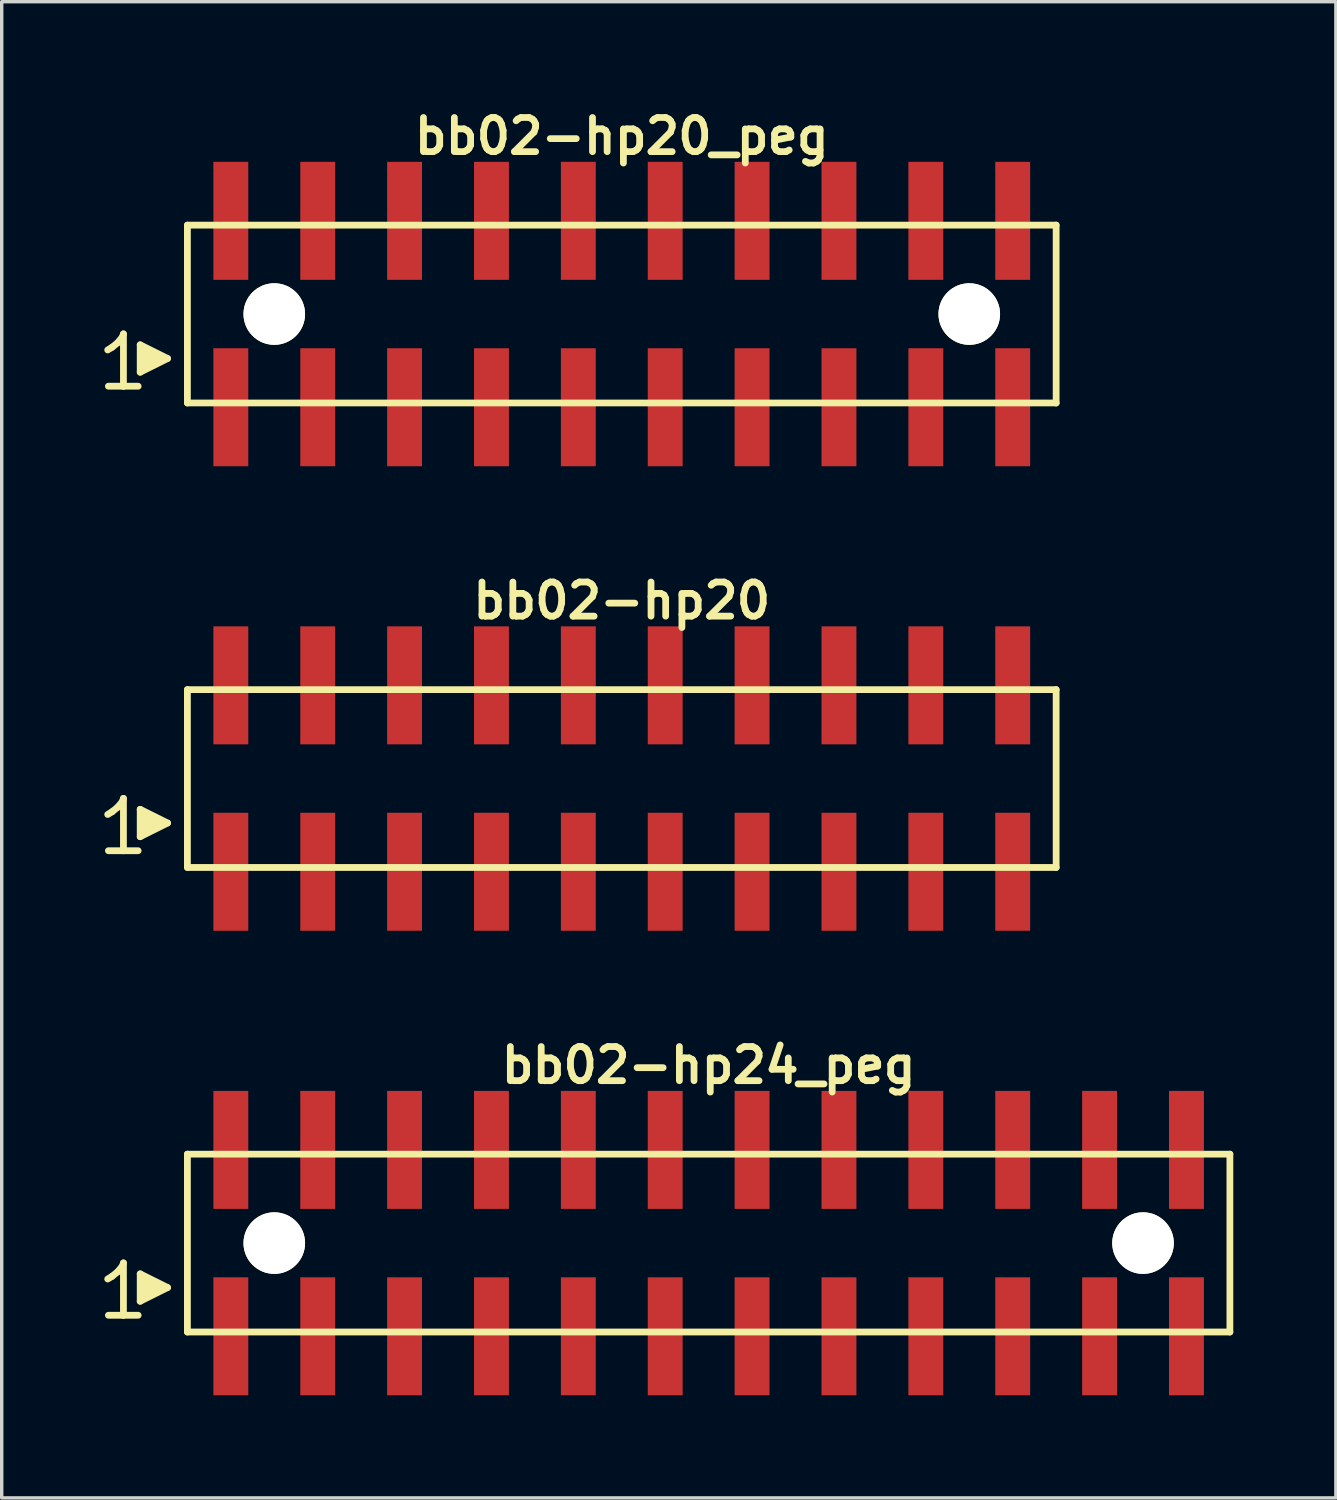
<source format=kicad_pcb>
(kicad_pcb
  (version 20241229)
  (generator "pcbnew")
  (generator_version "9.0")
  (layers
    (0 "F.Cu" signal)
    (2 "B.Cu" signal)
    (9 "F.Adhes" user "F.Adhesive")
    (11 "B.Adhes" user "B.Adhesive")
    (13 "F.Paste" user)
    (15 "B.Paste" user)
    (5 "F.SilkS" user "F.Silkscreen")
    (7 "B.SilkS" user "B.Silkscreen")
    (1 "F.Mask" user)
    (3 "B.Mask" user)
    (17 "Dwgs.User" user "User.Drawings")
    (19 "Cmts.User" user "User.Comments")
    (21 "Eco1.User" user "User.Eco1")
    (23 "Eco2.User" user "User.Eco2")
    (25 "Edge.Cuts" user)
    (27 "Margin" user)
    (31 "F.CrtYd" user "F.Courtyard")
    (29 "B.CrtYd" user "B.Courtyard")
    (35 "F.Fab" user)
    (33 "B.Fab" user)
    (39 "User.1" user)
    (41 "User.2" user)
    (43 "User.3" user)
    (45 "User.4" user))
  (footprint "bb02-hp24_peg"
    (layer "F.Cu")
    (at 17.669 33.295)
    (property "Reference" "bb02-hp24_peg" (at 0 -5.2 0) (layer "F.SilkS") (effects (font (size 0.998 0.998) (thickness 0.198))))
    (attr through_hole)
    (fp_line (start -17.57 1.05) (end -17.44 0.97) (stroke (width 0.198) (type solid)) (layer "F.SilkS"))
    (fp_line (start -17.44 0.97) (end -17.28 0.84) (stroke (width 0.198) (type solid)) (layer "F.SilkS"))
    (fp_line (start -17.28 0.84) (end -17.14 0.67) (stroke (width 0.198) (type solid)) (layer "F.SilkS"))
    (fp_line (start -17.14 0.67) (end -17.11 0.58) (stroke (width 0.198) (type solid)) (layer "F.SilkS"))
    (fp_line (start -17.11 0.58) (end -17.11 2.11) (stroke (width 0.198) (type solid)) (layer "F.SilkS"))
    (fp_line (start -17.11 2.11) (end -17.55 2.11) (stroke (width 0.198) (type solid)) (layer "F.SilkS"))
    (fp_line (start -16.68 2.11) (end -17.12 2.11) (stroke (width 0.198) (type solid)) (layer "F.SilkS"))
    (fp_line (start -16.62 0.9) (end -15.82 1.3) (stroke (width 0.198) (type solid)) (layer "F.SilkS"))
    (fp_line (start -16.62 1.7) (end -16.62 0.9) (stroke (width 0.198) (type solid)) (layer "F.SilkS"))
    (fp_line (start -16.52 1.6) (end -16.52 1) (stroke (width 0.198) (type solid)) (layer "F.SilkS"))
    (fp_line (start -16.42 1.1) (end -16.42 1.5) (stroke (width 0.198) (type solid)) (layer "F.SilkS"))
    (fp_line (start -16.32 1.5) (end -16.32 1.1) (stroke (width 0.198) (type solid)) (layer "F.SilkS"))
    (fp_line (start -16.22 1.2) (end -16.22 1.4) (stroke (width 0.198) (type solid)) (layer "F.SilkS"))
    (fp_line (start -16.12 1.4) (end -16.12 1.2) (stroke (width 0.198) (type solid)) (layer "F.SilkS"))
    (fp_line (start -15.82 1.3) (end -16.62 1.7) (stroke (width 0.198) (type solid)) (layer "F.SilkS"))
    (fp_line (start -15.24 -2.6) (end -15.24 2.6) (stroke (width 0.198) (type solid)) (layer "F.SilkS"))
    (fp_line (start -15.24 -2.6) (end 15.24 -2.6) (stroke (width 0.198) (type solid)) (layer "F.SilkS"))
    (fp_line (start 15.24 2.6) (end -15.24 2.6) (stroke (width 0.198) (type solid)) (layer "F.SilkS"))
    (fp_line (start 15.24 2.6) (end 15.24 -2.6) (stroke (width 0.198) (type solid)) (layer "F.SilkS"))
    (pad "" np_thru_hole circle (at -12.7 0) (size 1.8 1.8) (drill 1.8) (layers "*.Cu" "*.Mask" "F.SilkS"))
    (pad "" np_thru_hole circle (at 12.7 0) (size 1.8 1.8) (drill 1.8) (layers "*.Cu" "*.Mask" "F.SilkS"))
    (pad "1" smd rect (at -13.97 2.725) (size 1.02 3.45) (layers "F.Cu" "F.Mask" "F.Paste"))
    (pad "2" smd rect (at -13.97 -2.725) (size 1.02 3.45) (layers "F.Cu" "F.Mask" "F.Paste"))
    (pad "3" smd rect (at -11.43 2.725) (size 1.02 3.45) (layers "F.Cu" "F.Mask" "F.Paste"))
    (pad "4" smd rect (at -11.43 -2.725) (size 1.02 3.45) (layers "F.Cu" "F.Mask" "F.Paste"))
    (pad "5" smd rect (at -8.89 2.725) (size 1.02 3.45) (layers "F.Cu" "F.Mask" "F.Paste"))
    (pad "6" smd rect (at -8.89 -2.725) (size 1.02 3.45) (layers "F.Cu" "F.Mask" "F.Paste"))
    (pad "7" smd rect (at -6.35 2.725) (size 1.02 3.45) (layers "F.Cu" "F.Mask" "F.Paste"))
    (pad "8" smd rect (at -6.35 -2.725) (size 1.02 3.45) (layers "F.Cu" "F.Mask" "F.Paste"))
    (pad "9" smd rect (at -3.81 2.725) (size 1.02 3.45) (layers "F.Cu" "F.Mask" "F.Paste"))
    (pad "10" smd rect (at -3.81 -2.725) (size 1.02 3.45) (layers "F.Cu" "F.Mask" "F.Paste"))
    (pad "11" smd rect (at -1.27 2.725) (size 1.02 3.45) (layers "F.Cu" "F.Mask" "F.Paste"))
    (pad "12" smd rect (at -1.27 -2.725) (size 1.02 3.45) (layers "F.Cu" "F.Mask" "F.Paste"))
    (pad "13" smd rect (at 1.27 2.725) (size 1.02 3.45) (layers "F.Cu" "F.Mask" "F.Paste"))
    (pad "14" smd rect (at 1.27 -2.725) (size 1.02 3.45) (layers "F.Cu" "F.Mask" "F.Paste"))
    (pad "15" smd rect (at 3.81 2.725) (size 1.02 3.45) (layers "F.Cu" "F.Mask" "F.Paste"))
    (pad "16" smd rect (at 3.81 -2.725) (size 1.02 3.45) (layers "F.Cu" "F.Mask" "F.Paste"))
    (pad "17" smd rect (at 6.35 2.725) (size 1.02 3.45) (layers "F.Cu" "F.Mask" "F.Paste"))
    (pad "18" smd rect (at 6.35 -2.725) (size 1.02 3.45) (layers "F.Cu" "F.Mask" "F.Paste"))
    (pad "19" smd rect (at 8.89 2.725) (size 1.02 3.45) (layers "F.Cu" "F.Mask" "F.Paste"))
    (pad "20" smd rect (at 8.89 -2.725) (size 1.02 3.45) (layers "F.Cu" "F.Mask" "F.Paste"))
    (pad "21" smd rect (at 11.43 2.725) (size 1.02 3.45) (layers "F.Cu" "F.Mask" "F.Paste"))
    (pad "22" smd rect (at 11.43 -2.725) (size 1.02 3.45) (layers "F.Cu" "F.Mask" "F.Paste"))
    (pad "23" smd rect (at 13.97 2.725) (size 1.02 3.45) (layers "F.Cu" "F.Mask" "F.Paste"))
    (pad "24" smd rect (at 13.97 -2.725) (size 1.02 3.45) (layers "F.Cu" "F.Mask" "F.Paste")))
  (footprint "bb02-hp20_peg"
    (layer "F.Cu")
    (at 15.129 6.132)
    (property "Reference" "bb02-hp20_peg" (at 0 -5.2 0) (layer "F.SilkS") (effects (font (size 0.998 0.998) (thickness 0.198))))
    (attr through_hole)
    (fp_line (start -15.03 1.05) (end -14.9 0.97) (stroke (width 0.198) (type solid)) (layer "F.SilkS"))
    (fp_line (start -14.9 0.97) (end -14.74 0.84) (stroke (width 0.198) (type solid)) (layer "F.SilkS"))
    (fp_line (start -14.74 0.84) (end -14.6 0.67) (stroke (width 0.198) (type solid)) (layer "F.SilkS"))
    (fp_line (start -14.6 0.67) (end -14.57 0.58) (stroke (width 0.198) (type solid)) (layer "F.SilkS"))
    (fp_line (start -14.57 0.58) (end -14.57 2.11) (stroke (width 0.198) (type solid)) (layer "F.SilkS"))
    (fp_line (start -14.57 2.11) (end -15.01 2.11) (stroke (width 0.198) (type solid)) (layer "F.SilkS"))
    (fp_line (start -14.14 2.11) (end -14.58 2.11) (stroke (width 0.198) (type solid)) (layer "F.SilkS"))
    (fp_line (start -14.08 0.9) (end -13.28 1.3) (stroke (width 0.198) (type solid)) (layer "F.SilkS"))
    (fp_line (start -14.08 1.7) (end -14.08 0.9) (stroke (width 0.198) (type solid)) (layer "F.SilkS"))
    (fp_line (start -13.98 1.6) (end -13.98 1) (stroke (width 0.198) (type solid)) (layer "F.SilkS"))
    (fp_line (start -13.88 1.1) (end -13.88 1.5) (stroke (width 0.198) (type solid)) (layer "F.SilkS"))
    (fp_line (start -13.78 1.5) (end -13.78 1.1) (stroke (width 0.198) (type solid)) (layer "F.SilkS"))
    (fp_line (start -13.68 1.2) (end -13.68 1.4) (stroke (width 0.198) (type solid)) (layer "F.SilkS"))
    (fp_line (start -13.58 1.4) (end -13.58 1.2) (stroke (width 0.198) (type solid)) (layer "F.SilkS"))
    (fp_line (start -13.28 1.3) (end -14.08 1.7) (stroke (width 0.198) (type solid)) (layer "F.SilkS"))
    (fp_line (start -12.7 -2.6) (end -12.7 2.6) (stroke (width 0.198) (type solid)) (layer "F.SilkS"))
    (fp_line (start -12.7 -2.6) (end 12.7 -2.6) (stroke (width 0.198) (type solid)) (layer "F.SilkS"))
    (fp_line (start 12.7 2.6) (end -12.7 2.6) (stroke (width 0.198) (type solid)) (layer "F.SilkS"))
    (fp_line (start 12.7 2.6) (end 12.7 -2.6) (stroke (width 0.198) (type solid)) (layer "F.SilkS"))
    (pad "" np_thru_hole circle (at -10.16 0) (size 1.8 1.8) (drill 1.8) (layers "*.Cu" "*.Mask" "F.SilkS"))
    (pad "" np_thru_hole circle (at 10.16 0) (size 1.8 1.8) (drill 1.8) (layers "*.Cu" "*.Mask" "F.SilkS"))
    (pad "1" smd rect (at -11.43 2.725) (size 1.02 3.45) (layers "F.Cu" "F.Mask" "F.Paste"))
    (pad "2" smd rect (at -11.43 -2.725) (size 1.02 3.45) (layers "F.Cu" "F.Mask" "F.Paste"))
    (pad "3" smd rect (at -8.89 2.725) (size 1.02 3.45) (layers "F.Cu" "F.Mask" "F.Paste"))
    (pad "4" smd rect (at -8.89 -2.725) (size 1.02 3.45) (layers "F.Cu" "F.Mask" "F.Paste"))
    (pad "5" smd rect (at -6.35 2.725) (size 1.02 3.45) (layers "F.Cu" "F.Mask" "F.Paste"))
    (pad "6" smd rect (at -6.35 -2.725) (size 1.02 3.45) (layers "F.Cu" "F.Mask" "F.Paste"))
    (pad "7" smd rect (at -3.81 2.725) (size 1.02 3.45) (layers "F.Cu" "F.Mask" "F.Paste"))
    (pad "8" smd rect (at -3.81 -2.725) (size 1.02 3.45) (layers "F.Cu" "F.Mask" "F.Paste"))
    (pad "9" smd rect (at -1.27 2.725) (size 1.02 3.45) (layers "F.Cu" "F.Mask" "F.Paste"))
    (pad "10" smd rect (at -1.27 -2.725) (size 1.02 3.45) (layers "F.Cu" "F.Mask" "F.Paste"))
    (pad "11" smd rect (at 1.27 2.725) (size 1.02 3.45) (layers "F.Cu" "F.Mask" "F.Paste"))
    (pad "12" smd rect (at 1.27 -2.725) (size 1.02 3.45) (layers "F.Cu" "F.Mask" "F.Paste"))
    (pad "13" smd rect (at 3.81 2.725) (size 1.02 3.45) (layers "F.Cu" "F.Mask" "F.Paste"))
    (pad "14" smd rect (at 3.81 -2.725) (size 1.02 3.45) (layers "F.Cu" "F.Mask" "F.Paste"))
    (pad "15" smd rect (at 6.35 2.725) (size 1.02 3.45) (layers "F.Cu" "F.Mask" "F.Paste"))
    (pad "16" smd rect (at 6.35 -2.725) (size 1.02 3.45) (layers "F.Cu" "F.Mask" "F.Paste"))
    (pad "17" smd rect (at 8.89 2.725) (size 1.02 3.45) (layers "F.Cu" "F.Mask" "F.Paste"))
    (pad "18" smd rect (at 8.89 -2.725) (size 1.02 3.45) (layers "F.Cu" "F.Mask" "F.Paste"))
    (pad "19" smd rect (at 11.43 2.725) (size 1.02 3.45) (layers "F.Cu" "F.Mask" "F.Paste"))
    (pad "20" smd rect (at 11.43 -2.725) (size 1.02 3.45) (layers "F.Cu" "F.Mask" "F.Paste")))
  (footprint "bb02-hp20"
    (layer "F.Cu")
    (at 15.129 19.713)
    (property "Reference" "bb02-hp20" (at 0 -5.2 0) (layer "F.SilkS") (effects (font (size 0.998 0.998) (thickness 0.198))))
    (attr through_hole)
    (fp_line (start -15.03 1.05) (end -14.9 0.97) (stroke (width 0.198) (type solid)) (layer "F.SilkS"))
    (fp_line (start -14.9 0.97) (end -14.74 0.84) (stroke (width 0.198) (type solid)) (layer "F.SilkS"))
    (fp_line (start -14.74 0.84) (end -14.6 0.67) (stroke (width 0.198) (type solid)) (layer "F.SilkS"))
    (fp_line (start -14.6 0.67) (end -14.57 0.58) (stroke (width 0.198) (type solid)) (layer "F.SilkS"))
    (fp_line (start -14.57 0.58) (end -14.57 2.11) (stroke (width 0.198) (type solid)) (layer "F.SilkS"))
    (fp_line (start -14.57 2.11) (end -15.01 2.11) (stroke (width 0.198) (type solid)) (layer "F.SilkS"))
    (fp_line (start -14.14 2.11) (end -14.58 2.11) (stroke (width 0.198) (type solid)) (layer "F.SilkS"))
    (fp_line (start -14.08 0.9) (end -13.28 1.3) (stroke (width 0.198) (type solid)) (layer "F.SilkS"))
    (fp_line (start -14.08 1.7) (end -14.08 0.9) (stroke (width 0.198) (type solid)) (layer "F.SilkS"))
    (fp_line (start -13.98 1.6) (end -13.98 1) (stroke (width 0.198) (type solid)) (layer "F.SilkS"))
    (fp_line (start -13.88 1.1) (end -13.88 1.5) (stroke (width 0.198) (type solid)) (layer "F.SilkS"))
    (fp_line (start -13.78 1.5) (end -13.78 1.1) (stroke (width 0.198) (type solid)) (layer "F.SilkS"))
    (fp_line (start -13.68 1.2) (end -13.68 1.4) (stroke (width 0.198) (type solid)) (layer "F.SilkS"))
    (fp_line (start -13.58 1.4) (end -13.58 1.2) (stroke (width 0.198) (type solid)) (layer "F.SilkS"))
    (fp_line (start -13.28 1.3) (end -14.08 1.7) (stroke (width 0.198) (type solid)) (layer "F.SilkS"))
    (fp_line (start -12.7 -2.6) (end -12.7 2.6) (stroke (width 0.198) (type solid)) (layer "F.SilkS"))
    (fp_line (start -12.7 -2.6) (end 12.7 -2.6) (stroke (width 0.198) (type solid)) (layer "F.SilkS"))
    (fp_line (start 12.7 2.6) (end -12.7 2.6) (stroke (width 0.198) (type solid)) (layer "F.SilkS"))
    (fp_line (start 12.7 2.6) (end 12.7 -2.6) (stroke (width 0.198) (type solid)) (layer "F.SilkS"))
    (pad "1" smd rect (at -11.43 2.725) (size 1.02 3.45) (layers "F.Cu" "F.Mask" "F.Paste"))
    (pad "2" smd rect (at -11.43 -2.725) (size 1.02 3.45) (layers "F.Cu" "F.Mask" "F.Paste"))
    (pad "3" smd rect (at -8.89 2.725) (size 1.02 3.45) (layers "F.Cu" "F.Mask" "F.Paste"))
    (pad "4" smd rect (at -8.89 -2.725) (size 1.02 3.45) (layers "F.Cu" "F.Mask" "F.Paste"))
    (pad "5" smd rect (at -6.35 2.725) (size 1.02 3.45) (layers "F.Cu" "F.Mask" "F.Paste"))
    (pad "6" smd rect (at -6.35 -2.725) (size 1.02 3.45) (layers "F.Cu" "F.Mask" "F.Paste"))
    (pad "7" smd rect (at -3.81 2.725) (size 1.02 3.45) (layers "F.Cu" "F.Mask" "F.Paste"))
    (pad "8" smd rect (at -3.81 -2.725) (size 1.02 3.45) (layers "F.Cu" "F.Mask" "F.Paste"))
    (pad "9" smd rect (at -1.27 2.725) (size 1.02 3.45) (layers "F.Cu" "F.Mask" "F.Paste"))
    (pad "10" smd rect (at -1.27 -2.725) (size 1.02 3.45) (layers "F.Cu" "F.Mask" "F.Paste"))
    (pad "11" smd rect (at 1.27 2.725) (size 1.02 3.45) (layers "F.Cu" "F.Mask" "F.Paste"))
    (pad "12" smd rect (at 1.27 -2.725) (size 1.02 3.45) (layers "F.Cu" "F.Mask" "F.Paste"))
    (pad "13" smd rect (at 3.81 2.725) (size 1.02 3.45) (layers "F.Cu" "F.Mask" "F.Paste"))
    (pad "14" smd rect (at 3.81 -2.725) (size 1.02 3.45) (layers "F.Cu" "F.Mask" "F.Paste"))
    (pad "15" smd rect (at 6.35 2.725) (size 1.02 3.45) (layers "F.Cu" "F.Mask" "F.Paste"))
    (pad "16" smd rect (at 6.35 -2.725) (size 1.02 3.45) (layers "F.Cu" "F.Mask" "F.Paste"))
    (pad "17" smd rect (at 8.89 2.725) (size 1.02 3.45) (layers "F.Cu" "F.Mask" "F.Paste"))
    (pad "18" smd rect (at 8.89 -2.725) (size 1.02 3.45) (layers "F.Cu" "F.Mask" "F.Paste"))
    (pad "19" smd rect (at 11.43 2.725) (size 1.02 3.45) (layers "F.Cu" "F.Mask" "F.Paste"))
    (pad "20" smd rect (at 11.43 -2.725) (size 1.02 3.45) (layers "F.Cu" "F.Mask" "F.Paste")))
  (gr_rect
    (start -3 -3)
    (end 36.008 40.745)
    (stroke (width 0.1) (type default))
    (fill no)
    (layer "Edge.Cuts")))
</source>
